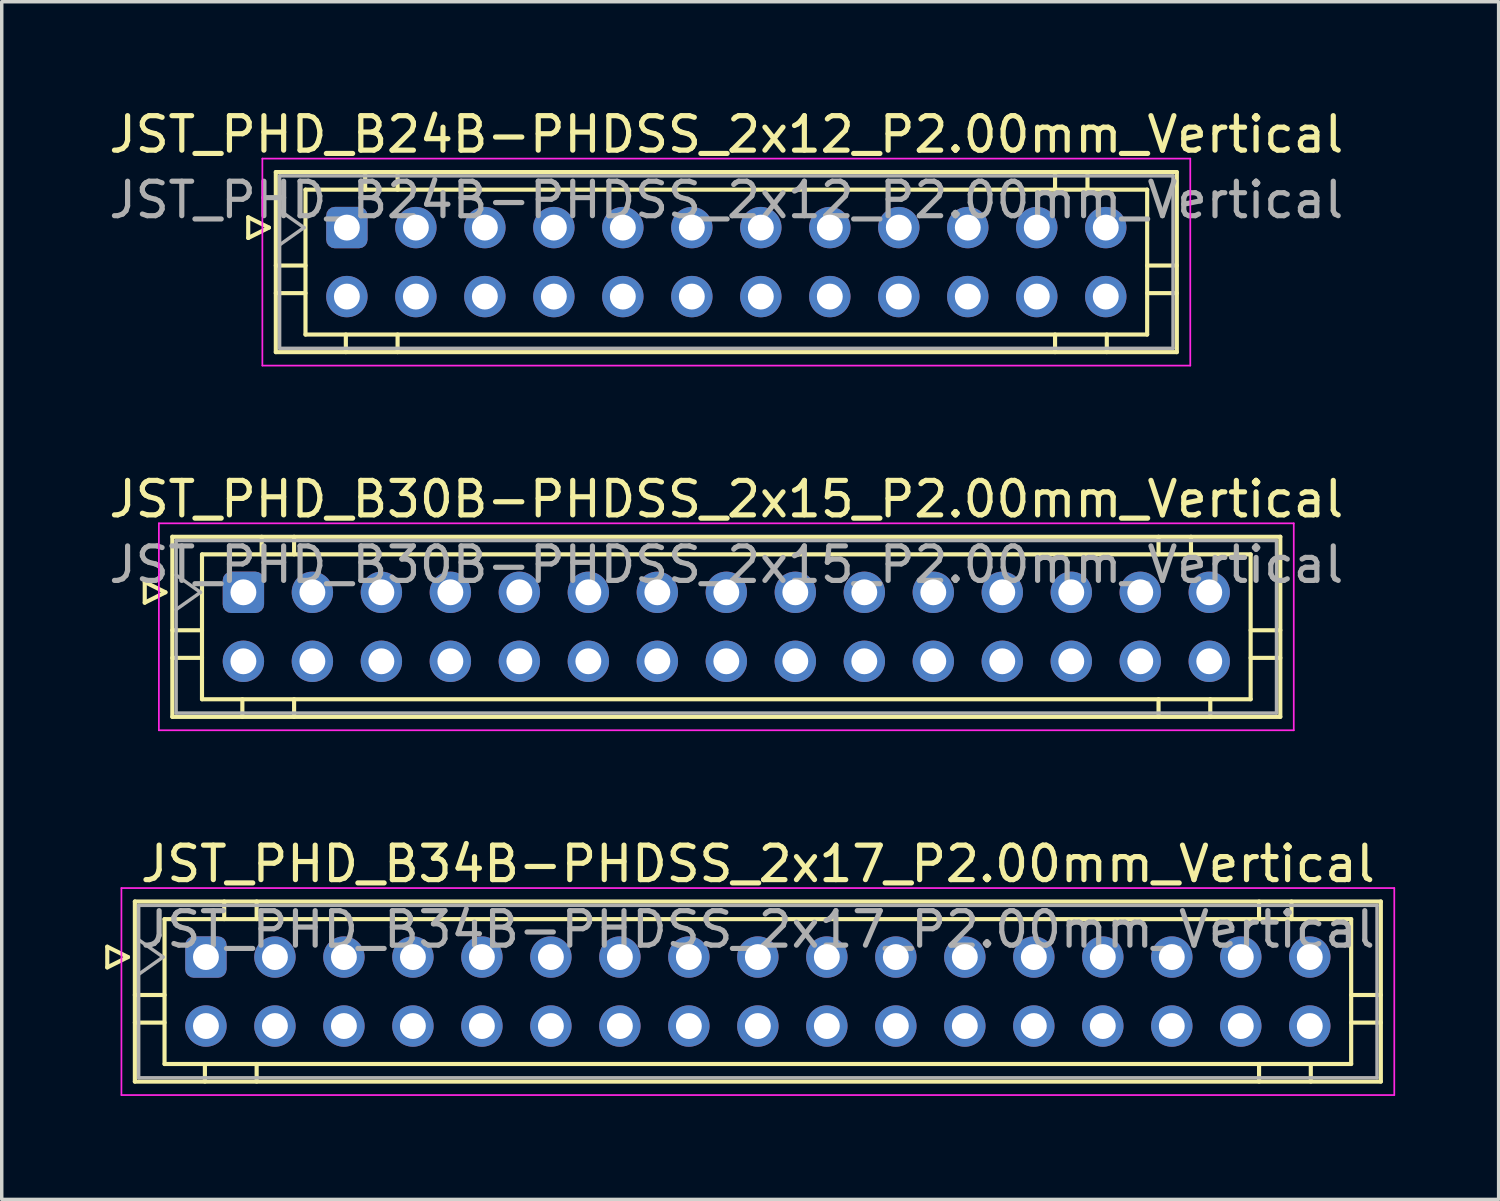
<source format=kicad_pcb>
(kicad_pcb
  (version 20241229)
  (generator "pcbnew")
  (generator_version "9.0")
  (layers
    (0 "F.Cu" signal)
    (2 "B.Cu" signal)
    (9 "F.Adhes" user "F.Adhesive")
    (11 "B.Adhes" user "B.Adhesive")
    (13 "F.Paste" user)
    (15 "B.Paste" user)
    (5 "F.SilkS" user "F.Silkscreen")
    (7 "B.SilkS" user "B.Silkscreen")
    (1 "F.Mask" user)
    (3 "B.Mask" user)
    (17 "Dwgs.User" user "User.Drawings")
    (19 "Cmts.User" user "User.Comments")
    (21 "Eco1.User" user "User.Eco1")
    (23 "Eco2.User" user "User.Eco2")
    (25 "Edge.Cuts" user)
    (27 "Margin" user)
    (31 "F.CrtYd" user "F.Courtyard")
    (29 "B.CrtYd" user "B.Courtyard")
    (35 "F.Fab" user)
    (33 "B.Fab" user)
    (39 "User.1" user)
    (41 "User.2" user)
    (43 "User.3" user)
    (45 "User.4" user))
  (footprint "JST_PHD_B24B-PHDSS_2x12_P2.00mm_Vertical"
    (layer "F.Cu")
    (at 7.006 3.548)
    (property "Reference" "JST_PHD_B24B-PHDSS_2x12_P2.00mm_Vertical" (at 11 -2.7 0) (layer "F.SilkS") (effects (font (size 1 1) (thickness 0.15))))
    (attr through_hole)
    (fp_line (start -2.86 -0.3) (end -2.26 0) (stroke (width 0.12) (type solid)) (layer "F.SilkS"))
    (fp_line (start -2.86 0.3) (end -2.86 -0.3) (stroke (width 0.12) (type solid)) (layer "F.SilkS"))
    (fp_line (start -2.26 0) (end -2.86 0.3) (stroke (width 0.12) (type solid)) (layer "F.SilkS"))
    (fp_line (start -2.06 -1.61) (end -2.06 3.61) (stroke (width 0.12) (type solid)) (layer "F.SilkS"))
    (fp_line (start -2.06 1.1) (end -1.2 1.1) (stroke (width 0.12) (type solid)) (layer "F.SilkS"))
    (fp_line (start -2.06 1.9) (end -1.2 1.9) (stroke (width 0.12) (type solid)) (layer "F.SilkS"))
    (fp_line (start -2.06 3.61) (end 24.06 3.61) (stroke (width 0.12) (type solid)) (layer "F.SilkS"))
    (fp_line (start -1.2 -1.1) (end -1.2 3.1) (stroke (width 0.12) (type solid)) (layer "F.SilkS"))
    (fp_line (start -1.2 3.1) (end 23.2 3.1) (stroke (width 0.12) (type solid)) (layer "F.SilkS"))
    (fp_line (start -0.03 3.61) (end -0.03 3.1) (stroke (width 0.12) (type solid)) (layer "F.SilkS"))
    (fp_line (start 0.53 -1.61) (end 0.53 -1.1) (stroke (width 0.12) (type solid)) (layer "F.SilkS"))
    (fp_line (start 1.47 -1.61) (end 1.47 -1.1) (stroke (width 0.12) (type solid)) (layer "F.SilkS"))
    (fp_line (start 1.47 3.61) (end 1.47 3.1) (stroke (width 0.12) (type solid)) (layer "F.SilkS"))
    (fp_line (start 20.53 -1.61) (end 20.53 -1.1) (stroke (width 0.12) (type solid)) (layer "F.SilkS"))
    (fp_line (start 20.53 3.61) (end 20.53 3.1) (stroke (width 0.12) (type solid)) (layer "F.SilkS"))
    (fp_line (start 21.47 -1.61) (end 21.47 -1.1) (stroke (width 0.12) (type solid)) (layer "F.SilkS"))
    (fp_line (start 22.03 3.61) (end 22.03 3.1) (stroke (width 0.12) (type solid)) (layer "F.SilkS"))
    (fp_line (start 23.2 -1.1) (end -1.2 -1.1) (stroke (width 0.12) (type solid)) (layer "F.SilkS"))
    (fp_line (start 23.2 3.1) (end 23.2 -1.1) (stroke (width 0.12) (type solid)) (layer "F.SilkS"))
    (fp_line (start 24.06 -1.61) (end -2.06 -1.61) (stroke (width 0.12) (type solid)) (layer "F.SilkS"))
    (fp_line (start 24.06 1.1) (end 23.2 1.1) (stroke (width 0.12) (type solid)) (layer "F.SilkS"))
    (fp_line (start 24.06 1.9) (end 23.2 1.9) (stroke (width 0.12) (type solid)) (layer "F.SilkS"))
    (fp_line (start 24.06 3.61) (end 24.06 -1.61) (stroke (width 0.12) (type solid)) (layer "F.SilkS"))
    (fp_line (start -2.45 -2) (end -2.45 4) (stroke (width 0.05) (type solid)) (layer "F.CrtYd"))
    (fp_line (start -2.45 4) (end 24.45 4) (stroke (width 0.05) (type solid)) (layer "F.CrtYd"))
    (fp_line (start 24.45 -2) (end -2.45 -2) (stroke (width 0.05) (type solid)) (layer "F.CrtYd"))
    (fp_line (start 24.45 4) (end 24.45 -2) (stroke (width 0.05) (type solid)) (layer "F.CrtYd"))
    (fp_line (start -1.95 -1.5) (end -1.95 3.5) (stroke (width 0.1) (type solid)) (layer "F.Fab"))
    (fp_line (start -1.95 0.5) (end -1.243 0) (stroke (width 0.1) (type solid)) (layer "F.Fab"))
    (fp_line (start -1.95 3.5) (end 23.95 3.5) (stroke (width 0.1) (type solid)) (layer "F.Fab"))
    (fp_line (start -1.243 0) (end -1.95 -0.5) (stroke (width 0.1) (type solid)) (layer "F.Fab"))
    (fp_line (start 23.95 -1.5) (end -1.95 -1.5) (stroke (width 0.1) (type solid)) (layer "F.Fab"))
    (fp_line (start 23.95 3.5) (end 23.95 -1.5) (stroke (width 0.1) (type solid)) (layer "F.Fab"))
    (fp_text user "${REFERENCE}" (at 11 -0.8 0) (layer "F.Fab") (effects (font (size 1 1) (thickness 0.15))))
    (pad "1" thru_hole roundrect (at 0 0) (size 1.2 1.2) (drill 0.75) (layers "*.Cu" "*.Mask") (roundrect_rratio 0.208))
    (pad "2" thru_hole circle (at 0 2) (size 1.2 1.2) (drill 0.75) (layers "*.Cu" "*.Mask"))
    (pad "3" thru_hole circle (at 2 0) (size 1.2 1.2) (drill 0.75) (layers "*.Cu" "*.Mask"))
    (pad "4" thru_hole circle (at 2 2) (size 1.2 1.2) (drill 0.75) (layers "*.Cu" "*.Mask"))
    (pad "5" thru_hole circle (at 4 0) (size 1.2 1.2) (drill 0.75) (layers "*.Cu" "*.Mask"))
    (pad "6" thru_hole circle (at 4 2) (size 1.2 1.2) (drill 0.75) (layers "*.Cu" "*.Mask"))
    (pad "7" thru_hole circle (at 6 0) (size 1.2 1.2) (drill 0.75) (layers "*.Cu" "*.Mask"))
    (pad "8" thru_hole circle (at 6 2) (size 1.2 1.2) (drill 0.75) (layers "*.Cu" "*.Mask"))
    (pad "9" thru_hole circle (at 8 0) (size 1.2 1.2) (drill 0.75) (layers "*.Cu" "*.Mask"))
    (pad "10" thru_hole circle (at 8 2) (size 1.2 1.2) (drill 0.75) (layers "*.Cu" "*.Mask"))
    (pad "11" thru_hole circle (at 10 0) (size 1.2 1.2) (drill 0.75) (layers "*.Cu" "*.Mask"))
    (pad "12" thru_hole circle (at 10 2) (size 1.2 1.2) (drill 0.75) (layers "*.Cu" "*.Mask"))
    (pad "13" thru_hole circle (at 12 0) (size 1.2 1.2) (drill 0.75) (layers "*.Cu" "*.Mask"))
    (pad "14" thru_hole circle (at 12 2) (size 1.2 1.2) (drill 0.75) (layers "*.Cu" "*.Mask"))
    (pad "15" thru_hole circle (at 14 0) (size 1.2 1.2) (drill 0.75) (layers "*.Cu" "*.Mask"))
    (pad "16" thru_hole circle (at 14 2) (size 1.2 1.2) (drill 0.75) (layers "*.Cu" "*.Mask"))
    (pad "17" thru_hole circle (at 16 0) (size 1.2 1.2) (drill 0.75) (layers "*.Cu" "*.Mask"))
    (pad "18" thru_hole circle (at 16 2) (size 1.2 1.2) (drill 0.75) (layers "*.Cu" "*.Mask"))
    (pad "19" thru_hole circle (at 18 0) (size 1.2 1.2) (drill 0.75) (layers "*.Cu" "*.Mask"))
    (pad "20" thru_hole circle (at 18 2) (size 1.2 1.2) (drill 0.75) (layers "*.Cu" "*.Mask"))
    (pad "21" thru_hole circle (at 20 0) (size 1.2 1.2) (drill 0.75) (layers "*.Cu" "*.Mask"))
    (pad "22" thru_hole circle (at 20 2) (size 1.2 1.2) (drill 0.75) (layers "*.Cu" "*.Mask"))
    (pad "23" thru_hole circle (at 22 0) (size 1.2 1.2) (drill 0.75) (layers "*.Cu" "*.Mask"))
    (pad "24" thru_hole circle (at 22 2) (size 1.2 1.2) (drill 0.75) (layers "*.Cu" "*.Mask")))
  (footprint "JST_PHD_B30B-PHDSS_2x15_P2.00mm_Vertical"
    (layer "F.Cu")
    (at 4.006 14.121)
    (property "Reference" "JST_PHD_B30B-PHDSS_2x15_P2.00mm_Vertical" (at 14 -2.7 0) (layer "F.SilkS") (effects (font (size 1 1) (thickness 0.15))))
    (attr through_hole)
    (fp_line (start -2.86 -0.3) (end -2.26 0) (stroke (width 0.12) (type solid)) (layer "F.SilkS"))
    (fp_line (start -2.86 0.3) (end -2.86 -0.3) (stroke (width 0.12) (type solid)) (layer "F.SilkS"))
    (fp_line (start -2.26 0) (end -2.86 0.3) (stroke (width 0.12) (type solid)) (layer "F.SilkS"))
    (fp_line (start -2.06 -1.61) (end -2.06 3.61) (stroke (width 0.12) (type solid)) (layer "F.SilkS"))
    (fp_line (start -2.06 1.1) (end -1.2 1.1) (stroke (width 0.12) (type solid)) (layer "F.SilkS"))
    (fp_line (start -2.06 1.9) (end -1.2 1.9) (stroke (width 0.12) (type solid)) (layer "F.SilkS"))
    (fp_line (start -2.06 3.61) (end 30.06 3.61) (stroke (width 0.12) (type solid)) (layer "F.SilkS"))
    (fp_line (start -1.2 -1.1) (end -1.2 3.1) (stroke (width 0.12) (type solid)) (layer "F.SilkS"))
    (fp_line (start -1.2 3.1) (end 29.2 3.1) (stroke (width 0.12) (type solid)) (layer "F.SilkS"))
    (fp_line (start -0.03 3.61) (end -0.03 3.1) (stroke (width 0.12) (type solid)) (layer "F.SilkS"))
    (fp_line (start 0.53 -1.61) (end 0.53 -1.1) (stroke (width 0.12) (type solid)) (layer "F.SilkS"))
    (fp_line (start 1.47 -1.61) (end 1.47 -1.1) (stroke (width 0.12) (type solid)) (layer "F.SilkS"))
    (fp_line (start 1.47 3.61) (end 1.47 3.1) (stroke (width 0.12) (type solid)) (layer "F.SilkS"))
    (fp_line (start 26.53 -1.61) (end 26.53 -1.1) (stroke (width 0.12) (type solid)) (layer "F.SilkS"))
    (fp_line (start 26.53 3.61) (end 26.53 3.1) (stroke (width 0.12) (type solid)) (layer "F.SilkS"))
    (fp_line (start 27.47 -1.61) (end 27.47 -1.1) (stroke (width 0.12) (type solid)) (layer "F.SilkS"))
    (fp_line (start 28.03 3.61) (end 28.03 3.1) (stroke (width 0.12) (type solid)) (layer "F.SilkS"))
    (fp_line (start 29.2 -1.1) (end -1.2 -1.1) (stroke (width 0.12) (type solid)) (layer "F.SilkS"))
    (fp_line (start 29.2 3.1) (end 29.2 -1.1) (stroke (width 0.12) (type solid)) (layer "F.SilkS"))
    (fp_line (start 30.06 -1.61) (end -2.06 -1.61) (stroke (width 0.12) (type solid)) (layer "F.SilkS"))
    (fp_line (start 30.06 1.1) (end 29.2 1.1) (stroke (width 0.12) (type solid)) (layer "F.SilkS"))
    (fp_line (start 30.06 1.9) (end 29.2 1.9) (stroke (width 0.12) (type solid)) (layer "F.SilkS"))
    (fp_line (start 30.06 3.61) (end 30.06 -1.61) (stroke (width 0.12) (type solid)) (layer "F.SilkS"))
    (fp_line (start -2.45 -2) (end -2.45 4) (stroke (width 0.05) (type solid)) (layer "F.CrtYd"))
    (fp_line (start -2.45 4) (end 30.45 4) (stroke (width 0.05) (type solid)) (layer "F.CrtYd"))
    (fp_line (start 30.45 -2) (end -2.45 -2) (stroke (width 0.05) (type solid)) (layer "F.CrtYd"))
    (fp_line (start 30.45 4) (end 30.45 -2) (stroke (width 0.05) (type solid)) (layer "F.CrtYd"))
    (fp_line (start -1.95 -1.5) (end -1.95 3.5) (stroke (width 0.1) (type solid)) (layer "F.Fab"))
    (fp_line (start -1.95 0.5) (end -1.243 0) (stroke (width 0.1) (type solid)) (layer "F.Fab"))
    (fp_line (start -1.95 3.5) (end 29.95 3.5) (stroke (width 0.1) (type solid)) (layer "F.Fab"))
    (fp_line (start -1.243 0) (end -1.95 -0.5) (stroke (width 0.1) (type solid)) (layer "F.Fab"))
    (fp_line (start 29.95 -1.5) (end -1.95 -1.5) (stroke (width 0.1) (type solid)) (layer "F.Fab"))
    (fp_line (start 29.95 3.5) (end 29.95 -1.5) (stroke (width 0.1) (type solid)) (layer "F.Fab"))
    (fp_text user "${REFERENCE}" (at 14 -0.8 0) (layer "F.Fab") (effects (font (size 1 1) (thickness 0.15))))
    (pad "1" thru_hole roundrect (at 0 0) (size 1.2 1.2) (drill 0.75) (layers "*.Cu" "*.Mask") (roundrect_rratio 0.208))
    (pad "2" thru_hole circle (at 0 2) (size 1.2 1.2) (drill 0.75) (layers "*.Cu" "*.Mask"))
    (pad "3" thru_hole circle (at 2 0) (size 1.2 1.2) (drill 0.75) (layers "*.Cu" "*.Mask"))
    (pad "4" thru_hole circle (at 2 2) (size 1.2 1.2) (drill 0.75) (layers "*.Cu" "*.Mask"))
    (pad "5" thru_hole circle (at 4 0) (size 1.2 1.2) (drill 0.75) (layers "*.Cu" "*.Mask"))
    (pad "6" thru_hole circle (at 4 2) (size 1.2 1.2) (drill 0.75) (layers "*.Cu" "*.Mask"))
    (pad "7" thru_hole circle (at 6 0) (size 1.2 1.2) (drill 0.75) (layers "*.Cu" "*.Mask"))
    (pad "8" thru_hole circle (at 6 2) (size 1.2 1.2) (drill 0.75) (layers "*.Cu" "*.Mask"))
    (pad "9" thru_hole circle (at 8 0) (size 1.2 1.2) (drill 0.75) (layers "*.Cu" "*.Mask"))
    (pad "10" thru_hole circle (at 8 2) (size 1.2 1.2) (drill 0.75) (layers "*.Cu" "*.Mask"))
    (pad "11" thru_hole circle (at 10 0) (size 1.2 1.2) (drill 0.75) (layers "*.Cu" "*.Mask"))
    (pad "12" thru_hole circle (at 10 2) (size 1.2 1.2) (drill 0.75) (layers "*.Cu" "*.Mask"))
    (pad "13" thru_hole circle (at 12 0) (size 1.2 1.2) (drill 0.75) (layers "*.Cu" "*.Mask"))
    (pad "14" thru_hole circle (at 12 2) (size 1.2 1.2) (drill 0.75) (layers "*.Cu" "*.Mask"))
    (pad "15" thru_hole circle (at 14 0) (size 1.2 1.2) (drill 0.75) (layers "*.Cu" "*.Mask"))
    (pad "16" thru_hole circle (at 14 2) (size 1.2 1.2) (drill 0.75) (layers "*.Cu" "*.Mask"))
    (pad "17" thru_hole circle (at 16 0) (size 1.2 1.2) (drill 0.75) (layers "*.Cu" "*.Mask"))
    (pad "18" thru_hole circle (at 16 2) (size 1.2 1.2) (drill 0.75) (layers "*.Cu" "*.Mask"))
    (pad "19" thru_hole circle (at 18 0) (size 1.2 1.2) (drill 0.75) (layers "*.Cu" "*.Mask"))
    (pad "20" thru_hole circle (at 18 2) (size 1.2 1.2) (drill 0.75) (layers "*.Cu" "*.Mask"))
    (pad "21" thru_hole circle (at 20 0) (size 1.2 1.2) (drill 0.75) (layers "*.Cu" "*.Mask"))
    (pad "22" thru_hole circle (at 20 2) (size 1.2 1.2) (drill 0.75) (layers "*.Cu" "*.Mask"))
    (pad "23" thru_hole circle (at 22 0) (size 1.2 1.2) (drill 0.75) (layers "*.Cu" "*.Mask"))
    (pad "24" thru_hole circle (at 22 2) (size 1.2 1.2) (drill 0.75) (layers "*.Cu" "*.Mask"))
    (pad "25" thru_hole circle (at 24 0) (size 1.2 1.2) (drill 0.75) (layers "*.Cu" "*.Mask"))
    (pad "26" thru_hole circle (at 24 2) (size 1.2 1.2) (drill 0.75) (layers "*.Cu" "*.Mask"))
    (pad "27" thru_hole circle (at 26 0) (size 1.2 1.2) (drill 0.75) (layers "*.Cu" "*.Mask"))
    (pad "28" thru_hole circle (at 26 2) (size 1.2 1.2) (drill 0.75) (layers "*.Cu" "*.Mask"))
    (pad "29" thru_hole circle (at 28 0) (size 1.2 1.2) (drill 0.75) (layers "*.Cu" "*.Mask"))
    (pad "30" thru_hole circle (at 28 2) (size 1.2 1.2) (drill 0.75) (layers "*.Cu" "*.Mask")))
  (footprint "JST_PHD_B34B-PHDSS_2x17_P2.00mm_Vertical"
    (layer "F.Cu")
    (at 2.92 24.695)
    (property "Reference" "JST_PHD_B34B-PHDSS_2x17_P2.00mm_Vertical" (at 16 -2.7 0) (layer "F.SilkS") (effects (font (size 1 1) (thickness 0.15))))
    (attr through_hole)
    (fp_line (start -2.86 -0.3) (end -2.26 0) (stroke (width 0.12) (type solid)) (layer "F.SilkS"))
    (fp_line (start -2.86 0.3) (end -2.86 -0.3) (stroke (width 0.12) (type solid)) (layer "F.SilkS"))
    (fp_line (start -2.26 0) (end -2.86 0.3) (stroke (width 0.12) (type solid)) (layer "F.SilkS"))
    (fp_line (start -2.06 -1.61) (end -2.06 3.61) (stroke (width 0.12) (type solid)) (layer "F.SilkS"))
    (fp_line (start -2.06 1.1) (end -1.2 1.1) (stroke (width 0.12) (type solid)) (layer "F.SilkS"))
    (fp_line (start -2.06 1.9) (end -1.2 1.9) (stroke (width 0.12) (type solid)) (layer "F.SilkS"))
    (fp_line (start -2.06 3.61) (end 34.06 3.61) (stroke (width 0.12) (type solid)) (layer "F.SilkS"))
    (fp_line (start -1.2 -1.1) (end -1.2 3.1) (stroke (width 0.12) (type solid)) (layer "F.SilkS"))
    (fp_line (start -1.2 3.1) (end 33.2 3.1) (stroke (width 0.12) (type solid)) (layer "F.SilkS"))
    (fp_line (start -0.03 3.61) (end -0.03 3.1) (stroke (width 0.12) (type solid)) (layer "F.SilkS"))
    (fp_line (start 0.53 -1.61) (end 0.53 -1.1) (stroke (width 0.12) (type solid)) (layer "F.SilkS"))
    (fp_line (start 1.47 -1.61) (end 1.47 -1.1) (stroke (width 0.12) (type solid)) (layer "F.SilkS"))
    (fp_line (start 1.47 3.61) (end 1.47 3.1) (stroke (width 0.12) (type solid)) (layer "F.SilkS"))
    (fp_line (start 30.53 -1.61) (end 30.53 -1.1) (stroke (width 0.12) (type solid)) (layer "F.SilkS"))
    (fp_line (start 30.53 3.61) (end 30.53 3.1) (stroke (width 0.12) (type solid)) (layer "F.SilkS"))
    (fp_line (start 31.47 -1.61) (end 31.47 -1.1) (stroke (width 0.12) (type solid)) (layer "F.SilkS"))
    (fp_line (start 32.03 3.61) (end 32.03 3.1) (stroke (width 0.12) (type solid)) (layer "F.SilkS"))
    (fp_line (start 33.2 -1.1) (end -1.2 -1.1) (stroke (width 0.12) (type solid)) (layer "F.SilkS"))
    (fp_line (start 33.2 3.1) (end 33.2 -1.1) (stroke (width 0.12) (type solid)) (layer "F.SilkS"))
    (fp_line (start 34.06 -1.61) (end -2.06 -1.61) (stroke (width 0.12) (type solid)) (layer "F.SilkS"))
    (fp_line (start 34.06 1.1) (end 33.2 1.1) (stroke (width 0.12) (type solid)) (layer "F.SilkS"))
    (fp_line (start 34.06 1.9) (end 33.2 1.9) (stroke (width 0.12) (type solid)) (layer "F.SilkS"))
    (fp_line (start 34.06 3.61) (end 34.06 -1.61) (stroke (width 0.12) (type solid)) (layer "F.SilkS"))
    (fp_line (start -2.45 -2) (end -2.45 4) (stroke (width 0.05) (type solid)) (layer "F.CrtYd"))
    (fp_line (start -2.45 4) (end 34.45 4) (stroke (width 0.05) (type solid)) (layer "F.CrtYd"))
    (fp_line (start 34.45 -2) (end -2.45 -2) (stroke (width 0.05) (type solid)) (layer "F.CrtYd"))
    (fp_line (start 34.45 4) (end 34.45 -2) (stroke (width 0.05) (type solid)) (layer "F.CrtYd"))
    (fp_line (start -1.95 -1.5) (end -1.95 3.5) (stroke (width 0.1) (type solid)) (layer "F.Fab"))
    (fp_line (start -1.95 0.5) (end -1.243 0) (stroke (width 0.1) (type solid)) (layer "F.Fab"))
    (fp_line (start -1.95 3.5) (end 33.95 3.5) (stroke (width 0.1) (type solid)) (layer "F.Fab"))
    (fp_line (start -1.243 0) (end -1.95 -0.5) (stroke (width 0.1) (type solid)) (layer "F.Fab"))
    (fp_line (start 33.95 -1.5) (end -1.95 -1.5) (stroke (width 0.1) (type solid)) (layer "F.Fab"))
    (fp_line (start 33.95 3.5) (end 33.95 -1.5) (stroke (width 0.1) (type solid)) (layer "F.Fab"))
    (fp_text user "${REFERENCE}" (at 16 -0.8 0) (layer "F.Fab") (effects (font (size 1 1) (thickness 0.15))))
    (pad "1" thru_hole roundrect (at 0 0) (size 1.2 1.2) (drill 0.75) (layers "*.Cu" "*.Mask") (roundrect_rratio 0.208))
    (pad "2" thru_hole circle (at 0 2) (size 1.2 1.2) (drill 0.75) (layers "*.Cu" "*.Mask"))
    (pad "3" thru_hole circle (at 2 0) (size 1.2 1.2) (drill 0.75) (layers "*.Cu" "*.Mask"))
    (pad "4" thru_hole circle (at 2 2) (size 1.2 1.2) (drill 0.75) (layers "*.Cu" "*.Mask"))
    (pad "5" thru_hole circle (at 4 0) (size 1.2 1.2) (drill 0.75) (layers "*.Cu" "*.Mask"))
    (pad "6" thru_hole circle (at 4 2) (size 1.2 1.2) (drill 0.75) (layers "*.Cu" "*.Mask"))
    (pad "7" thru_hole circle (at 6 0) (size 1.2 1.2) (drill 0.75) (layers "*.Cu" "*.Mask"))
    (pad "8" thru_hole circle (at 6 2) (size 1.2 1.2) (drill 0.75) (layers "*.Cu" "*.Mask"))
    (pad "9" thru_hole circle (at 8 0) (size 1.2 1.2) (drill 0.75) (layers "*.Cu" "*.Mask"))
    (pad "10" thru_hole circle (at 8 2) (size 1.2 1.2) (drill 0.75) (layers "*.Cu" "*.Mask"))
    (pad "11" thru_hole circle (at 10 0) (size 1.2 1.2) (drill 0.75) (layers "*.Cu" "*.Mask"))
    (pad "12" thru_hole circle (at 10 2) (size 1.2 1.2) (drill 0.75) (layers "*.Cu" "*.Mask"))
    (pad "13" thru_hole circle (at 12 0) (size 1.2 1.2) (drill 0.75) (layers "*.Cu" "*.Mask"))
    (pad "14" thru_hole circle (at 12 2) (size 1.2 1.2) (drill 0.75) (layers "*.Cu" "*.Mask"))
    (pad "15" thru_hole circle (at 14 0) (size 1.2 1.2) (drill 0.75) (layers "*.Cu" "*.Mask"))
    (pad "16" thru_hole circle (at 14 2) (size 1.2 1.2) (drill 0.75) (layers "*.Cu" "*.Mask"))
    (pad "17" thru_hole circle (at 16 0) (size 1.2 1.2) (drill 0.75) (layers "*.Cu" "*.Mask"))
    (pad "18" thru_hole circle (at 16 2) (size 1.2 1.2) (drill 0.75) (layers "*.Cu" "*.Mask"))
    (pad "19" thru_hole circle (at 18 0) (size 1.2 1.2) (drill 0.75) (layers "*.Cu" "*.Mask"))
    (pad "20" thru_hole circle (at 18 2) (size 1.2 1.2) (drill 0.75) (layers "*.Cu" "*.Mask"))
    (pad "21" thru_hole circle (at 20 0) (size 1.2 1.2) (drill 0.75) (layers "*.Cu" "*.Mask"))
    (pad "22" thru_hole circle (at 20 2) (size 1.2 1.2) (drill 0.75) (layers "*.Cu" "*.Mask"))
    (pad "23" thru_hole circle (at 22 0) (size 1.2 1.2) (drill 0.75) (layers "*.Cu" "*.Mask"))
    (pad "24" thru_hole circle (at 22 2) (size 1.2 1.2) (drill 0.75) (layers "*.Cu" "*.Mask"))
    (pad "25" thru_hole circle (at 24 0) (size 1.2 1.2) (drill 0.75) (layers "*.Cu" "*.Mask"))
    (pad "26" thru_hole circle (at 24 2) (size 1.2 1.2) (drill 0.75) (layers "*.Cu" "*.Mask"))
    (pad "27" thru_hole circle (at 26 0) (size 1.2 1.2) (drill 0.75) (layers "*.Cu" "*.Mask"))
    (pad "28" thru_hole circle (at 26 2) (size 1.2 1.2) (drill 0.75) (layers "*.Cu" "*.Mask"))
    (pad "29" thru_hole circle (at 28 0) (size 1.2 1.2) (drill 0.75) (layers "*.Cu" "*.Mask"))
    (pad "30" thru_hole circle (at 28 2) (size 1.2 1.2) (drill 0.75) (layers "*.Cu" "*.Mask"))
    (pad "31" thru_hole circle (at 30 0) (size 1.2 1.2) (drill 0.75) (layers "*.Cu" "*.Mask"))
    (pad "32" thru_hole circle (at 30 2) (size 1.2 1.2) (drill 0.75) (layers "*.Cu" "*.Mask"))
    (pad "33" thru_hole circle (at 32 0) (size 1.2 1.2) (drill 0.75) (layers "*.Cu" "*.Mask"))
    (pad "34" thru_hole circle (at 32 2) (size 1.2 1.2) (drill 0.75) (layers "*.Cu" "*.Mask")))
  (gr_rect
    (start -3 -3)
    (end 40.395 31.72)
    (stroke (width 0.1) (type default))
    (fill no)
    (layer "Edge.Cuts")))
</source>
